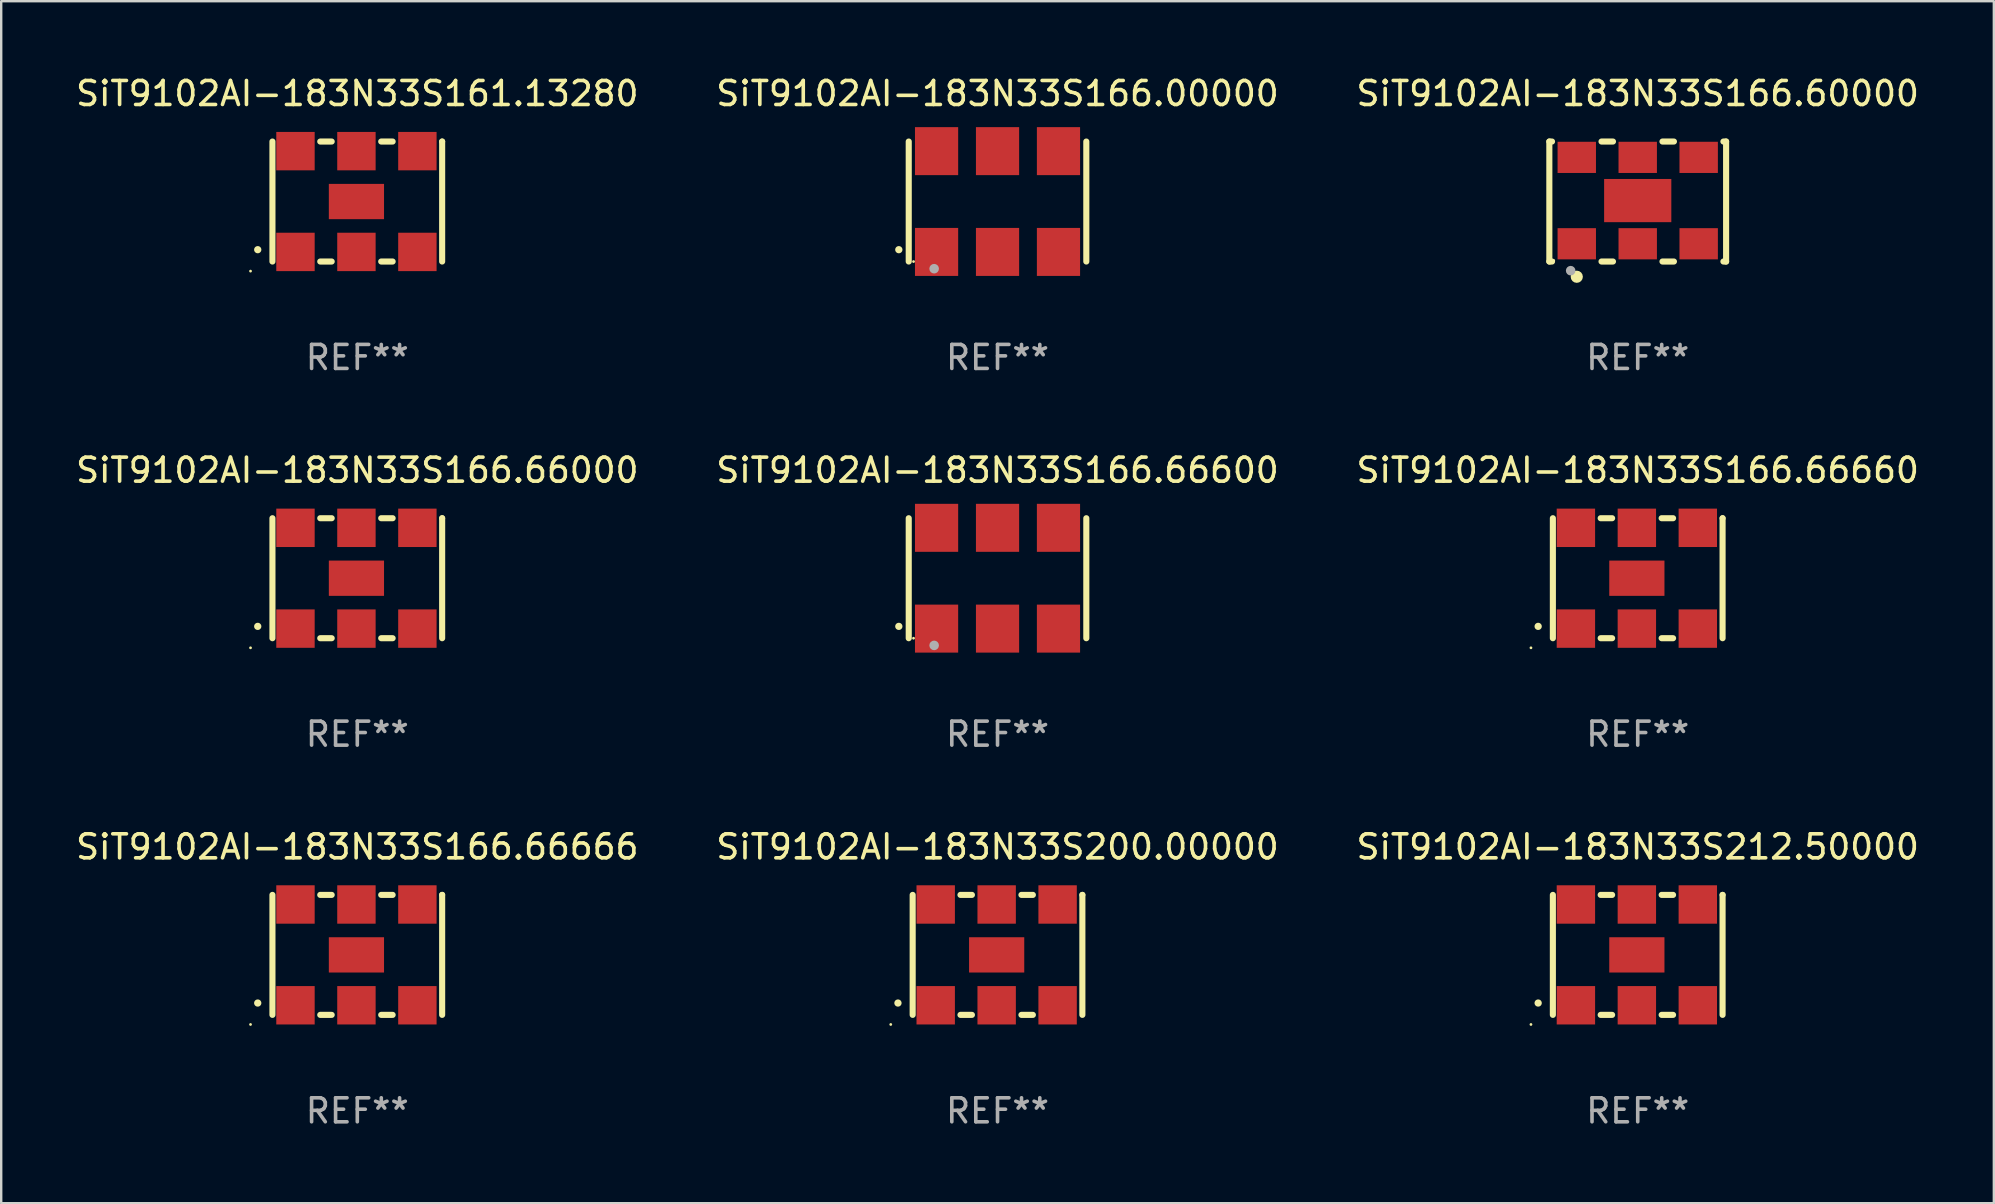
<source format=kicad_pcb>
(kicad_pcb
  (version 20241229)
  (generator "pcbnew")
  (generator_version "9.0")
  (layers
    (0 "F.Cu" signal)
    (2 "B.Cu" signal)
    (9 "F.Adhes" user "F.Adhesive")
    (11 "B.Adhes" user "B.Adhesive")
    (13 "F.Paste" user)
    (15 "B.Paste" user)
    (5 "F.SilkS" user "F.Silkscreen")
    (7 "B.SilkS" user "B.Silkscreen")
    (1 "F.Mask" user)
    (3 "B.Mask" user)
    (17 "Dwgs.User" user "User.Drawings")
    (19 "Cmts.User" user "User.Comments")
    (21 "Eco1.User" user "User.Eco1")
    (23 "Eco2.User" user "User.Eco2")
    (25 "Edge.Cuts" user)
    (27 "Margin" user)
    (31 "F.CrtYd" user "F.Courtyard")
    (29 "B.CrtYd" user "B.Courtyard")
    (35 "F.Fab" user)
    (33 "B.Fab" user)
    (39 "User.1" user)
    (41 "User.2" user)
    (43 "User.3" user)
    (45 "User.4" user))
  (footprint "SiT9102AI-183N33S166.66666"
    (layer "F.Cu")
    (at 11.839 36.741)
    (property "Reference" "SiT9102AI-183N33S166.66666" (at 0 -4.5 0) (layer "F.SilkS") (effects (font (size 1 1) (thickness 0.15))))
    (attr through_hole)
    (fp_line (start -3.536 -2.5) (end -3.536 2.5) (stroke (width 0.254) (type solid)) (layer "F.SilkS"))
    (fp_line (start -1.544 2.5) (end -1.067 2.5) (stroke (width 0.254) (type solid)) (layer "F.SilkS"))
    (fp_line (start -1.067 -2.5) (end -1.544 -2.5) (stroke (width 0.254) (type solid)) (layer "F.SilkS"))
    (fp_line (start 0.996 2.5) (end 1.473 2.5) (stroke (width 0.254) (type solid)) (layer "F.SilkS"))
    (fp_line (start 1.473 -2.5) (end 0.996 -2.5) (stroke (width 0.254) (type solid)) (layer "F.SilkS"))
    (fp_line (start 3.536 -2.5) (end 3.536 -2.5) (stroke (width 0.254) (type solid)) (layer "F.SilkS"))
    (fp_line (start 3.536 2.5) (end 3.536 -2.5) (stroke (width 0.254) (type solid)) (layer "F.SilkS"))
    (fp_arc (start -4.150432 2.006604) (mid -4.149162 2.006599) (end -4.147892 2.006604) (stroke (width 0.3) (type solid)) (layer "F.SilkS"))
    (fp_circle (center -4.449 2.9) (end -4.419 2.9) (stroke (width 0.06) (type solid)) (fill no) (layer "F.SilkS"))
    (fp_text user "REF**" (at 0 6.5 0) (layer "F.Fab") (effects (font (size 1 1) (thickness 0.15))))
    (pad "1" smd rect (at -2.576 2.1) (size 1.6 1.6) (layers "F.Cu" "F.Mask" "F.Paste"))
    (pad "2" smd rect (at -0.036 2.1) (size 1.6 1.6) (layers "F.Cu" "F.Mask" "F.Paste"))
    (pad "3" smd rect (at 2.504 2.1) (size 1.6 1.6) (layers "F.Cu" "F.Mask" "F.Paste"))
    (pad "4" smd rect (at 2.504 -2.1) (size 1.6 1.6) (layers "F.Cu" "F.Mask" "F.Paste"))
    (pad "5" smd rect (at -0.036 -2.1) (size 1.6 1.6) (layers "F.Cu" "F.Mask" "F.Paste"))
    (pad "6" smd rect (at -2.576 -2.1) (size 1.6 1.6) (layers "F.Cu" "F.Mask" "F.Paste"))
    (pad "7" smd rect (at -0.036 0) (size 2.3 1.47) (layers "F.Cu" "F.Mask" "F.Paste")))
  (footprint "SiT9102AI-183N33S166.66000"
    (layer "F.Cu")
    (at 11.839 21.045)
    (property "Reference" "SiT9102AI-183N33S166.66000" (at 0 -4.5 0) (layer "F.SilkS") (effects (font (size 1 1) (thickness 0.15))))
    (attr through_hole)
    (fp_line (start -3.536 -2.5) (end -3.536 2.5) (stroke (width 0.254) (type solid)) (layer "F.SilkS"))
    (fp_line (start -1.544 2.5) (end -1.067 2.5) (stroke (width 0.254) (type solid)) (layer "F.SilkS"))
    (fp_line (start -1.067 -2.5) (end -1.544 -2.5) (stroke (width 0.254) (type solid)) (layer "F.SilkS"))
    (fp_line (start 0.996 2.5) (end 1.473 2.5) (stroke (width 0.254) (type solid)) (layer "F.SilkS"))
    (fp_line (start 1.473 -2.5) (end 0.996 -2.5) (stroke (width 0.254) (type solid)) (layer "F.SilkS"))
    (fp_line (start 3.536 -2.5) (end 3.536 -2.5) (stroke (width 0.254) (type solid)) (layer "F.SilkS"))
    (fp_line (start 3.536 2.5) (end 3.536 -2.5) (stroke (width 0.254) (type solid)) (layer "F.SilkS"))
    (fp_arc (start -4.150432 2.006604) (mid -4.149162 2.006599) (end -4.147892 2.006604) (stroke (width 0.3) (type solid)) (layer "F.SilkS"))
    (fp_circle (center -4.449 2.9) (end -4.419 2.9) (stroke (width 0.06) (type solid)) (fill no) (layer "F.SilkS"))
    (fp_text user "REF**" (at 0 6.5 0) (layer "F.Fab") (effects (font (size 1 1) (thickness 0.15))))
    (pad "1" smd rect (at -2.576 2.1) (size 1.6 1.6) (layers "F.Cu" "F.Mask" "F.Paste"))
    (pad "2" smd rect (at -0.036 2.1) (size 1.6 1.6) (layers "F.Cu" "F.Mask" "F.Paste"))
    (pad "3" smd rect (at 2.504 2.1) (size 1.6 1.6) (layers "F.Cu" "F.Mask" "F.Paste"))
    (pad "4" smd rect (at 2.504 -2.1) (size 1.6 1.6) (layers "F.Cu" "F.Mask" "F.Paste"))
    (pad "5" smd rect (at -0.036 -2.1) (size 1.6 1.6) (layers "F.Cu" "F.Mask" "F.Paste"))
    (pad "6" smd rect (at -2.576 -2.1) (size 1.6 1.6) (layers "F.Cu" "F.Mask" "F.Paste"))
    (pad "7" smd rect (at -0.036 0) (size 2.3 1.47) (layers "F.Cu" "F.Mask" "F.Paste")))
  (footprint "SiT9102AI-183N33S166.60000"
    (layer "F.Cu")
    (at 65.196 5.348)
    (property "Reference" "SiT9102AI-183N33S166.60000" (at 0 -4.5 0) (layer "F.SilkS") (effects (font (size 1 1) (thickness 0.15))))
    (attr through_hole)
    (fp_line (start -3.683 -2.5) (end -3.571 -2.5) (stroke (width 0.254) (type solid)) (layer "F.SilkS"))
    (fp_line (start -3.683 2.5) (end -3.683 -2.5) (stroke (width 0.254) (type solid)) (layer "F.SilkS"))
    (fp_line (start -3.683 2.5) (end -3.571 2.5) (stroke (width 0.254) (type solid)) (layer "F.SilkS"))
    (fp_line (start -1.509 -2.5) (end -1.031 -2.5) (stroke (width 0.254) (type solid)) (layer "F.SilkS"))
    (fp_line (start -1.509 2.5) (end -1.031 2.5) (stroke (width 0.254) (type solid)) (layer "F.SilkS"))
    (fp_line (start 1.031 -2.5) (end 1.509 -2.5) (stroke (width 0.254) (type solid)) (layer "F.SilkS"))
    (fp_line (start 1.031 2.5) (end 1.509 2.5) (stroke (width 0.254) (type solid)) (layer "F.SilkS"))
    (fp_line (start 3.571 -2.5) (end 3.683 -2.5) (stroke (width 0.254) (type solid)) (layer "F.SilkS"))
    (fp_line (start 3.571 2.5) (end 3.683 2.5) (stroke (width 0.254) (type solid)) (layer "F.SilkS"))
    (fp_line (start 3.683 2.5) (end 3.683 -2.5) (stroke (width 0.254) (type solid)) (layer "F.SilkS"))
    (fp_circle (center -3.5 2.46) (end -3.47 2.46) (stroke (width 0.06) (type solid)) (fill no) (layer "F.SilkS"))
    (fp_circle (center -2.54 3.135) (end -2.413 3.135) (stroke (width 0.254) (type solid)) (fill no) (layer "F.SilkS"))
    (fp_circle (center -2.794 2.881) (end -2.694 2.881) (stroke (width 0.2) (type solid)) (fill no) (layer "F.Fab"))
    (fp_text user "REF**" (at 0 6.5 0) (layer "F.Fab") (effects (font (size 1 1) (thickness 0.15))))
    (pad "1" smd rect (at -2.54 1.76) (size 1.6 1.3) (layers "F.Cu" "F.Mask" "F.Paste"))
    (pad "2" smd rect (at 0 1.76) (size 1.6 1.3) (layers "F.Cu" "F.Mask" "F.Paste"))
    (pad "3" smd rect (at 2.54 1.76) (size 1.6 1.3) (layers "F.Cu" "F.Mask" "F.Paste"))
    (pad "4" smd rect (at 2.54 -1.84) (size 1.6 1.3) (layers "F.Cu" "F.Mask" "F.Paste"))
    (pad "5" smd rect (at 0 -1.84) (size 1.6 1.3) (layers "F.Cu" "F.Mask" "F.Paste"))
    (pad "6" smd rect (at -2.54 -1.84) (size 1.6 1.3) (layers "F.Cu" "F.Mask" "F.Paste"))
    (pad "7" smd rect (at 0 -0.04) (size 2.8 1.8) (layers "F.Cu" "F.Mask" "F.Paste")))
  (footprint "SiT9102AI-183N33S166.00000"
    (layer "F.Cu")
    (at 38.518 5.348)
    (property "Reference" "SiT9102AI-183N33S166.00000" (at 0 -4.5 0) (layer "F.SilkS") (effects (font (size 1 1) (thickness 0.15))))
    (attr through_hole)
    (fp_line (start -3.7 -2.5) (end -3.7 2.5) (stroke (width 0.254) (type solid)) (layer "F.SilkS"))
    (fp_line (start 3.7 -2.5) (end 3.7 2.5) (stroke (width 0.254) (type solid)) (layer "F.SilkS"))
    (fp_arc (start -4.114415 2.006604) (mid -4.113145 2.006599) (end -4.111875 2.006604) (stroke (width 0.3) (type solid)) (layer "F.SilkS"))
    (fp_circle (center -3.5 2.501) (end -3.47 2.501) (stroke (width 0.06) (type solid)) (fill no) (layer "F.SilkS"))
    (fp_circle (center -2.641 2.799) (end -2.541 2.799) (stroke (width 0.2) (type solid)) (fill no) (layer "F.Fab"))
    (fp_text user "REF**" (at 0 6.5 0) (layer "F.Fab") (effects (font (size 1 1) (thickness 0.15))))
    (pad "1" smd rect (at -2.54 2.1) (size 1.8 2) (layers "F.Cu" "F.Mask" "F.Paste"))
    (pad "2" smd rect (at 0.000394 2.1) (size 1.8 2) (layers "F.Cu" "F.Mask" "F.Paste"))
    (pad "3" smd rect (at 2.54 2.1) (size 1.8 2) (layers "F.Cu" "F.Mask" "F.Paste"))
    (pad "4" smd rect (at 2.54 -2.1) (size 1.8 2) (layers "F.Cu" "F.Mask" "F.Paste"))
    (pad "5" smd rect (at 0.000394 -2.1) (size 1.8 2) (layers "F.Cu" "F.Mask" "F.Paste"))
    (pad "6" smd rect (at -2.54 -2.1) (size 1.8 2) (layers "F.Cu" "F.Mask" "F.Paste")))
  (footprint "SiT9102AI-183N33S161.13280"
    (layer "F.Cu")
    (at 11.839 5.348)
    (property "Reference" "SiT9102AI-183N33S161.13280" (at 0 -4.5 0) (layer "F.SilkS") (effects (font (size 1 1) (thickness 0.15))))
    (attr through_hole)
    (fp_line (start -3.536 -2.5) (end -3.536 2.5) (stroke (width 0.254) (type solid)) (layer "F.SilkS"))
    (fp_line (start -1.544 2.5) (end -1.067 2.5) (stroke (width 0.254) (type solid)) (layer "F.SilkS"))
    (fp_line (start -1.067 -2.5) (end -1.544 -2.5) (stroke (width 0.254) (type solid)) (layer "F.SilkS"))
    (fp_line (start 0.996 2.5) (end 1.473 2.5) (stroke (width 0.254) (type solid)) (layer "F.SilkS"))
    (fp_line (start 1.473 -2.5) (end 0.996 -2.5) (stroke (width 0.254) (type solid)) (layer "F.SilkS"))
    (fp_line (start 3.536 -2.5) (end 3.536 -2.5) (stroke (width 0.254) (type solid)) (layer "F.SilkS"))
    (fp_line (start 3.536 2.5) (end 3.536 -2.5) (stroke (width 0.254) (type solid)) (layer "F.SilkS"))
    (fp_arc (start -4.150432 2.006604) (mid -4.149162 2.006599) (end -4.147892 2.006604) (stroke (width 0.3) (type solid)) (layer "F.SilkS"))
    (fp_circle (center -4.449 2.9) (end -4.419 2.9) (stroke (width 0.06) (type solid)) (fill no) (layer "F.SilkS"))
    (fp_text user "REF**" (at 0 6.5 0) (layer "F.Fab") (effects (font (size 1 1) (thickness 0.15))))
    (pad "1" smd rect (at -2.576 2.1) (size 1.6 1.6) (layers "F.Cu" "F.Mask" "F.Paste"))
    (pad "2" smd rect (at -0.036 2.1) (size 1.6 1.6) (layers "F.Cu" "F.Mask" "F.Paste"))
    (pad "3" smd rect (at 2.504 2.1) (size 1.6 1.6) (layers "F.Cu" "F.Mask" "F.Paste"))
    (pad "4" smd rect (at 2.504 -2.1) (size 1.6 1.6) (layers "F.Cu" "F.Mask" "F.Paste"))
    (pad "5" smd rect (at -0.036 -2.1) (size 1.6 1.6) (layers "F.Cu" "F.Mask" "F.Paste"))
    (pad "6" smd rect (at -2.576 -2.1) (size 1.6 1.6) (layers "F.Cu" "F.Mask" "F.Paste"))
    (pad "7" smd rect (at -0.036 0) (size 2.3 1.47) (layers "F.Cu" "F.Mask" "F.Paste")))
  (footprint "SiT9102AI-183N33S212.50000"
    (layer "F.Cu")
    (at 65.196 36.741)
    (property "Reference" "SiT9102AI-183N33S212.50000" (at 0 -4.5 0) (layer "F.SilkS") (effects (font (size 1 1) (thickness 0.15))))
    (attr through_hole)
    (fp_line (start -3.536 -2.5) (end -3.536 2.5) (stroke (width 0.254) (type solid)) (layer "F.SilkS"))
    (fp_line (start -1.544 2.5) (end -1.067 2.5) (stroke (width 0.254) (type solid)) (layer "F.SilkS"))
    (fp_line (start -1.067 -2.5) (end -1.544 -2.5) (stroke (width 0.254) (type solid)) (layer "F.SilkS"))
    (fp_line (start 0.996 2.5) (end 1.473 2.5) (stroke (width 0.254) (type solid)) (layer "F.SilkS"))
    (fp_line (start 1.473 -2.5) (end 0.996 -2.5) (stroke (width 0.254) (type solid)) (layer "F.SilkS"))
    (fp_line (start 3.536 -2.5) (end 3.536 -2.5) (stroke (width 0.254) (type solid)) (layer "F.SilkS"))
    (fp_line (start 3.536 2.5) (end 3.536 -2.5) (stroke (width 0.254) (type solid)) (layer "F.SilkS"))
    (fp_arc (start -4.150432 2.006604) (mid -4.149162 2.006599) (end -4.147892 2.006604) (stroke (width 0.3) (type solid)) (layer "F.SilkS"))
    (fp_circle (center -4.449 2.9) (end -4.419 2.9) (stroke (width 0.06) (type solid)) (fill no) (layer "F.SilkS"))
    (fp_text user "REF**" (at 0 6.5 0) (layer "F.Fab") (effects (font (size 1 1) (thickness 0.15))))
    (pad "1" smd rect (at -2.576 2.1) (size 1.6 1.6) (layers "F.Cu" "F.Mask" "F.Paste"))
    (pad "2" smd rect (at -0.036 2.1) (size 1.6 1.6) (layers "F.Cu" "F.Mask" "F.Paste"))
    (pad "3" smd rect (at 2.504 2.1) (size 1.6 1.6) (layers "F.Cu" "F.Mask" "F.Paste"))
    (pad "4" smd rect (at 2.504 -2.1) (size 1.6 1.6) (layers "F.Cu" "F.Mask" "F.Paste"))
    (pad "5" smd rect (at -0.036 -2.1) (size 1.6 1.6) (layers "F.Cu" "F.Mask" "F.Paste"))
    (pad "6" smd rect (at -2.576 -2.1) (size 1.6 1.6) (layers "F.Cu" "F.Mask" "F.Paste"))
    (pad "7" smd rect (at -0.036 0) (size 2.3 1.47) (layers "F.Cu" "F.Mask" "F.Paste")))
  (footprint "SiT9102AI-183N33S200.00000"
    (layer "F.Cu")
    (at 38.518 36.741)
    (property "Reference" "SiT9102AI-183N33S200.00000" (at 0 -4.5 0) (layer "F.SilkS") (effects (font (size 1 1) (thickness 0.15))))
    (attr through_hole)
    (fp_line (start -3.536 -2.5) (end -3.536 2.5) (stroke (width 0.254) (type solid)) (layer "F.SilkS"))
    (fp_line (start -1.544 2.5) (end -1.067 2.5) (stroke (width 0.254) (type solid)) (layer "F.SilkS"))
    (fp_line (start -1.067 -2.5) (end -1.544 -2.5) (stroke (width 0.254) (type solid)) (layer "F.SilkS"))
    (fp_line (start 0.996 2.5) (end 1.473 2.5) (stroke (width 0.254) (type solid)) (layer "F.SilkS"))
    (fp_line (start 1.473 -2.5) (end 0.996 -2.5) (stroke (width 0.254) (type solid)) (layer "F.SilkS"))
    (fp_line (start 3.536 -2.5) (end 3.536 -2.5) (stroke (width 0.254) (type solid)) (layer "F.SilkS"))
    (fp_line (start 3.536 2.5) (end 3.536 -2.5) (stroke (width 0.254) (type solid)) (layer "F.SilkS"))
    (fp_arc (start -4.150432 2.006604) (mid -4.149162 2.006599) (end -4.147892 2.006604) (stroke (width 0.3) (type solid)) (layer "F.SilkS"))
    (fp_circle (center -4.449 2.9) (end -4.419 2.9) (stroke (width 0.06) (type solid)) (fill no) (layer "F.SilkS"))
    (fp_text user "REF**" (at 0 6.5 0) (layer "F.Fab") (effects (font (size 1 1) (thickness 0.15))))
    (pad "1" smd rect (at -2.576 2.1) (size 1.6 1.6) (layers "F.Cu" "F.Mask" "F.Paste"))
    (pad "2" smd rect (at -0.036 2.1) (size 1.6 1.6) (layers "F.Cu" "F.Mask" "F.Paste"))
    (pad "3" smd rect (at 2.504 2.1) (size 1.6 1.6) (layers "F.Cu" "F.Mask" "F.Paste"))
    (pad "4" smd rect (at 2.504 -2.1) (size 1.6 1.6) (layers "F.Cu" "F.Mask" "F.Paste"))
    (pad "5" smd rect (at -0.036 -2.1) (size 1.6 1.6) (layers "F.Cu" "F.Mask" "F.Paste"))
    (pad "6" smd rect (at -2.576 -2.1) (size 1.6 1.6) (layers "F.Cu" "F.Mask" "F.Paste"))
    (pad "7" smd rect (at -0.036 0) (size 2.3 1.47) (layers "F.Cu" "F.Mask" "F.Paste")))
  (footprint "SiT9102AI-183N33S166.66660"
    (layer "F.Cu")
    (at 65.196 21.045)
    (property "Reference" "SiT9102AI-183N33S166.66660" (at 0 -4.5 0) (layer "F.SilkS") (effects (font (size 1 1) (thickness 0.15))))
    (attr through_hole)
    (fp_line (start -3.536 -2.5) (end -3.536 2.5) (stroke (width 0.254) (type solid)) (layer "F.SilkS"))
    (fp_line (start -1.544 2.5) (end -1.067 2.5) (stroke (width 0.254) (type solid)) (layer "F.SilkS"))
    (fp_line (start -1.067 -2.5) (end -1.544 -2.5) (stroke (width 0.254) (type solid)) (layer "F.SilkS"))
    (fp_line (start 0.996 2.5) (end 1.473 2.5) (stroke (width 0.254) (type solid)) (layer "F.SilkS"))
    (fp_line (start 1.473 -2.5) (end 0.996 -2.5) (stroke (width 0.254) (type solid)) (layer "F.SilkS"))
    (fp_line (start 3.536 -2.5) (end 3.536 -2.5) (stroke (width 0.254) (type solid)) (layer "F.SilkS"))
    (fp_line (start 3.536 2.5) (end 3.536 -2.5) (stroke (width 0.254) (type solid)) (layer "F.SilkS"))
    (fp_arc (start -4.150432 2.006604) (mid -4.149162 2.006599) (end -4.147892 2.006604) (stroke (width 0.3) (type solid)) (layer "F.SilkS"))
    (fp_circle (center -4.449 2.9) (end -4.419 2.9) (stroke (width 0.06) (type solid)) (fill no) (layer "F.SilkS"))
    (fp_text user "REF**" (at 0 6.5 0) (layer "F.Fab") (effects (font (size 1 1) (thickness 0.15))))
    (pad "1" smd rect (at -2.576 2.1) (size 1.6 1.6) (layers "F.Cu" "F.Mask" "F.Paste"))
    (pad "2" smd rect (at -0.036 2.1) (size 1.6 1.6) (layers "F.Cu" "F.Mask" "F.Paste"))
    (pad "3" smd rect (at 2.504 2.1) (size 1.6 1.6) (layers "F.Cu" "F.Mask" "F.Paste"))
    (pad "4" smd rect (at 2.504 -2.1) (size 1.6 1.6) (layers "F.Cu" "F.Mask" "F.Paste"))
    (pad "5" smd rect (at -0.036 -2.1) (size 1.6 1.6) (layers "F.Cu" "F.Mask" "F.Paste"))
    (pad "6" smd rect (at -2.576 -2.1) (size 1.6 1.6) (layers "F.Cu" "F.Mask" "F.Paste"))
    (pad "7" smd rect (at -0.036 0) (size 2.3 1.47) (layers "F.Cu" "F.Mask" "F.Paste")))
  (footprint "SiT9102AI-183N33S166.66600"
    (layer "F.Cu")
    (at 38.518 21.045)
    (property "Reference" "SiT9102AI-183N33S166.66600" (at 0 -4.5 0) (layer "F.SilkS") (effects (font (size 1 1) (thickness 0.15))))
    (attr through_hole)
    (fp_line (start -3.7 -2.5) (end -3.7 2.5) (stroke (width 0.254) (type solid)) (layer "F.SilkS"))
    (fp_line (start 3.7 -2.5) (end 3.7 2.5) (stroke (width 0.254) (type solid)) (layer "F.SilkS"))
    (fp_arc (start -4.114415 2.006604) (mid -4.113145 2.006599) (end -4.111875 2.006604) (stroke (width 0.3) (type solid)) (layer "F.SilkS"))
    (fp_circle (center -3.5 2.501) (end -3.47 2.501) (stroke (width 0.06) (type solid)) (fill no) (layer "F.SilkS"))
    (fp_circle (center -2.641 2.799) (end -2.541 2.799) (stroke (width 0.2) (type solid)) (fill no) (layer "F.Fab"))
    (fp_text user "REF**" (at 0 6.5 0) (layer "F.Fab") (effects (font (size 1 1) (thickness 0.15))))
    (pad "1" smd rect (at -2.54 2.1) (size 1.8 2) (layers "F.Cu" "F.Mask" "F.Paste"))
    (pad "2" smd rect (at 0.000394 2.1) (size 1.8 2) (layers "F.Cu" "F.Mask" "F.Paste"))
    (pad "3" smd rect (at 2.54 2.1) (size 1.8 2) (layers "F.Cu" "F.Mask" "F.Paste"))
    (pad "4" smd rect (at 2.54 -2.1) (size 1.8 2) (layers "F.Cu" "F.Mask" "F.Paste"))
    (pad "5" smd rect (at 0.000394 -2.1) (size 1.8 2) (layers "F.Cu" "F.Mask" "F.Paste"))
    (pad "6" smd rect (at -2.54 -2.1) (size 1.8 2) (layers "F.Cu" "F.Mask" "F.Paste")))
  (gr_rect
    (start -3 -3)
    (end 80.036 47.09)
    (stroke (width 0.1) (type default))
    (fill no)
    (layer "Edge.Cuts")))
</source>
